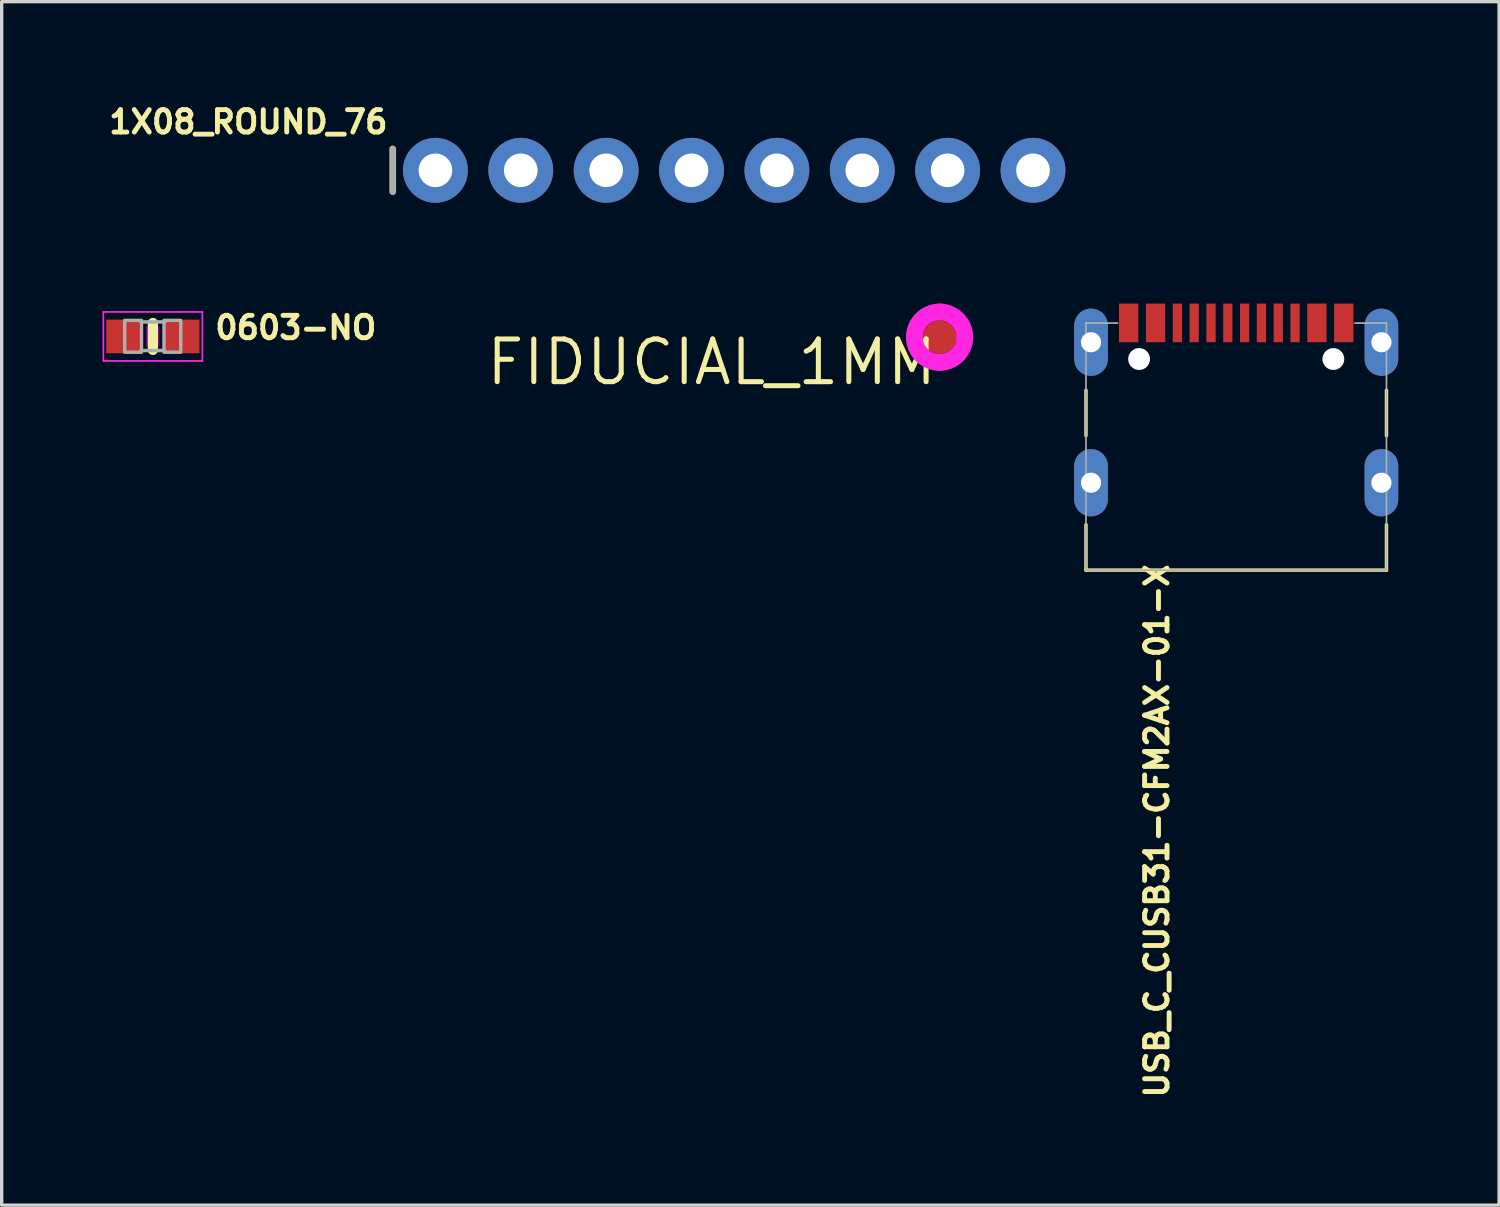
<source format=kicad_pcb>
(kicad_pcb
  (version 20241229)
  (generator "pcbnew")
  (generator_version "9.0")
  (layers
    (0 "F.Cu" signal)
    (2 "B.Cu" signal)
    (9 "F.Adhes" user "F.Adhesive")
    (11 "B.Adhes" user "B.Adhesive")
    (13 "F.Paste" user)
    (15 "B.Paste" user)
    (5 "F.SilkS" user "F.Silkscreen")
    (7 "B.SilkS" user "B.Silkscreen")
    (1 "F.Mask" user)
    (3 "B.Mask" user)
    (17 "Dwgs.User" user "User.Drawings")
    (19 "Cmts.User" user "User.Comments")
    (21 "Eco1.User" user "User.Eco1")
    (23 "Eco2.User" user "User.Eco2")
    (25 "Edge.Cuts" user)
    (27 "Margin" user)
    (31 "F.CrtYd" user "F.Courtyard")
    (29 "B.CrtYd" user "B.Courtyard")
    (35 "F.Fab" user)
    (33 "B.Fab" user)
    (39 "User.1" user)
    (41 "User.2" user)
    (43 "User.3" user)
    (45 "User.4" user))
  (footprint "USB_C_CUSB31-CFM2AX-01-X"
    (layer "F.Cu")
    (at 33.73 13.912)
    (property "Reference" "USB_C_CUSB31-CFM2AX-01-X" (at -2.75 -0.25 90) (layer "F.SilkS") (effects (font (size 0.666 0.666) (thickness 0.146)) (justify right top)))
    (fp_line (start -4.47 -4) (end -4.47 -5.35) (stroke (width 0.102) (type solid)) (layer "F.SilkS"))
    (fp_line (start -4.47 0) (end -4.47 -1.35) (stroke (width 0.102) (type solid)) (layer "F.SilkS"))
    (fp_line (start 4.47 -5.35) (end 4.47 -4) (stroke (width 0.102) (type solid)) (layer "F.SilkS"))
    (fp_line (start 4.47 -1.35) (end 4.47 0) (stroke (width 0.102) (type solid)) (layer "F.SilkS"))
    (fp_line (start 4.47 0) (end -4.47 0) (stroke (width 0.102) (type solid)) (layer "F.SilkS"))
    (fp_poly (pts (xy -4.169 -7.749) (xy -4.034 -7.68) (xy -3.928 -7.573) (xy -3.835 -7.29) (xy -3.835 -6.274) (xy -3.859 -6.125) (xy -3.928 -5.99) (xy -4.034 -5.883) (xy -4.318 -5.791) (xy -4.449 -5.809) (xy -4.572 -5.859) (xy -4.677 -5.94) (xy -4.758 -6.045) (xy -4.826 -6.299) (xy -4.826 -7.264) (xy -4.809 -7.396) (xy -4.758 -7.518) (xy -4.677 -7.624) (xy -4.572 -7.704) (xy -4.318 -7.772)) (stroke (width 0) (type default)) (fill yes) (layer "F.Paste"))
    (fp_poly (pts (xy -4.156 -3.57) (xy -4.022 -3.502) (xy -3.915 -3.395) (xy -3.823 -3.111) (xy -3.823 -2.095) (xy -3.846 -1.946) (xy -3.915 -1.812) (xy -4.022 -1.705) (xy -4.305 -1.613) (xy -4.437 -1.63) (xy -4.559 -1.681) (xy -4.665 -1.762) (xy -4.745 -1.867) (xy -4.813 -2.121) (xy -4.813 -3.086) (xy -4.796 -3.218) (xy -4.745 -3.34) (xy -4.665 -3.445) (xy -4.559 -3.526) (xy -4.305 -3.594)) (stroke (width 0) (type default)) (fill yes) (layer "F.Paste"))
    (fp_poly (pts (xy 4.48 -7.761) (xy 4.614 -7.693) (xy 4.721 -7.586) (xy 4.813 -7.303) (xy 4.813 -6.287) (xy 4.79 -6.137) (xy 4.721 -6.003) (xy 4.614 -5.896) (xy 4.331 -5.804) (xy 4.199 -5.821) (xy 4.077 -5.872) (xy 3.971 -5.953) (xy 3.891 -6.058) (xy 3.823 -6.312) (xy 3.823 -7.277) (xy 3.84 -7.409) (xy 3.891 -7.531) (xy 3.971 -7.636) (xy 4.077 -7.717) (xy 4.331 -7.785)) (stroke (width 0) (type default)) (fill yes) (layer "F.Paste"))
    (fp_poly (pts (xy 4.48 -3.57) (xy 4.614 -3.502) (xy 4.721 -3.395) (xy 4.813 -3.111) (xy 4.813 -2.095) (xy 4.79 -1.946) (xy 4.721 -1.812) (xy 4.614 -1.705) (xy 4.331 -1.613) (xy 4.199 -1.63) (xy 4.077 -1.681) (xy 3.971 -1.762) (xy 3.891 -1.867) (xy 3.823 -2.121) (xy 3.823 -3.086) (xy 3.84 -3.218) (xy 3.891 -3.34) (xy 3.971 -3.445) (xy 4.077 -3.526) (xy 4.331 -3.594)) (stroke (width 0) (type default)) (fill yes) (layer "F.Paste"))
    (fp_line (start -4.47 -7.35) (end -3.53 -7.35) (stroke (width 0.05) (type solid)) (layer "F.Fab"))
    (fp_line (start -4.47 0) (end -4.47 -7.35) (stroke (width 0.05) (type solid)) (layer "F.Fab"))
    (fp_line (start 3.53 -7.35) (end 4.47 -7.35) (stroke (width 0.05) (type solid)) (layer "F.Fab"))
    (fp_line (start 4.47 -7.35) (end 4.47 0) (stroke (width 0.05) (type solid)) (layer "F.Fab"))
    (fp_line (start 4.47 0) (end -4.47 0) (stroke (width 0.05) (type solid)) (layer "F.Fab"))
    (pad "" np_thru_hole circle (at -2.89 -6.28) (size 0.65 0.65) (drill 0.65) (layers "*.Cu" "*.Mask"))
    (pad "" np_thru_hole circle (at 2.89 -6.28) (size 0.65 0.65) (drill 0.65) (layers "*.Cu" "*.Mask"))
    (pad "A1B12" smd rect (at -3.2 -7.355) (size 0.575 1.15) (layers "F.Cu" "F.Mask" "F.Paste"))
    (pad "A4B9" smd rect (at -2.4 -7.355) (size 0.575 1.15) (layers "F.Cu" "F.Mask" "F.Paste"))
    (pad "A5" smd rect (at -1.25 -7.355) (size 0.275 1.15) (layers "F.Cu" "F.Mask" "F.Paste"))
    (pad "A6" smd rect (at -0.25 -7.355) (size 0.275 1.15) (layers "F.Cu" "F.Mask" "F.Paste"))
    (pad "A7" smd rect (at 0.25 -7.355) (size 0.275 1.15) (layers "F.Cu" "F.Mask" "F.Paste"))
    (pad "A8" smd rect (at 1.25 -7.355) (size 0.275 1.15) (layers "F.Cu" "F.Mask" "F.Paste"))
    (pad "B1A12" smd rect (at 3.2 -7.355) (size 0.575 1.15) (layers "F.Cu" "F.Mask" "F.Paste"))
    (pad "B4A9" smd rect (at 2.4 -7.355) (size 0.575 1.15) (layers "F.Cu" "F.Mask" "F.Paste"))
    (pad "B5" smd rect (at 1.75 -7.355) (size 0.275 1.15) (layers "F.Cu" "F.Mask" "F.Paste"))
    (pad "B6" smd rect (at 0.75 -7.355) (size 0.275 1.15) (layers "F.Cu" "F.Mask" "F.Paste"))
    (pad "B7" smd rect (at -0.75 -7.355) (size 0.275 1.15) (layers "F.Cu" "F.Mask" "F.Paste"))
    (pad "B8" smd rect (at -1.75 -7.355) (size 0.275 1.15) (layers "F.Cu" "F.Mask" "F.Paste"))
    (pad "M1" thru_hole oval (at -4.32 -6.78 90) (size 2 1) (drill 0.6) (layers "*.Cu" "*.Mask"))
    (pad "M2" thru_hole oval (at 4.32 -6.78 90) (size 2 1) (drill 0.6) (layers "*.Cu" "*.Mask"))
    (pad "M3" thru_hole oval (at -4.32 -2.6 90) (size 2 1) (drill 0.6) (layers "*.Cu" "*.Mask"))
    (pad "M4" thru_hole oval (at 4.32 -2.6 90) (size 2 1) (drill 0.6) (layers "*.Cu" "*.Mask")))
  (footprint "0603-NO"
    (layer "F.Cu")
    (at 1.498 6.96)
    (property "Reference" "0603-NO" (at 1.778 0.127 0) (layer "F.SilkS") (effects (font (size 0.666 0.666) (thickness 0.146)) (justify left bottom)))
    (fp_line (start 0 -0.4) (end 0 0.4) (stroke (width 0.305) (type solid)) (layer "F.SilkS"))
    (fp_poly (pts (xy -0.2 0.3) (xy 0.2 0.3) (xy 0.2 -0.3) (xy -0.2 -0.3)) (stroke (width 0) (type default)) (fill yes) (layer "F.Adhes"))
    (fp_line (start -1.473 -0.729) (end 1.473 -0.729) (stroke (width 0.051) (type solid)) (layer "F.CrtYd"))
    (fp_line (start -1.473 0.729) (end -1.473 -0.729) (stroke (width 0.051) (type solid)) (layer "F.CrtYd"))
    (fp_line (start 1.473 -0.729) (end 1.473 0.729) (stroke (width 0.051) (type solid)) (layer "F.CrtYd"))
    (fp_line (start 1.473 0.729) (end -1.473 0.729) (stroke (width 0.051) (type solid)) (layer "F.CrtYd"))
    (fp_line (start -0.356 -0.432) (end 0.356 -0.432) (stroke (width 0.102) (type solid)) (layer "F.Fab"))
    (fp_line (start -0.356 0.419) (end 0.356 0.419) (stroke (width 0.102) (type solid)) (layer "F.Fab"))
    (fp_poly (pts (xy -0.838 0.47) (xy -0.338 0.47) (xy -0.338 -0.48) (xy -0.838 -0.48)) (stroke (width 0.1) (type default)) (fill no) (layer "F.Fab"))
    (fp_poly (pts (xy 0.33 0.47) (xy 0.83 0.47) (xy 0.83 -0.48) (xy 0.33 -0.48)) (stroke (width 0.1) (type default)) (fill no) (layer "F.Fab"))
    (pad "1" smd rect (at -0.85 0) (size 1.075 1) (layers "F.Cu" "F.Mask" "F.Paste"))
    (pad "2" smd rect (at 0.85 0) (size 1.075 1) (layers "F.Cu" "F.Mask" "F.Paste")))
  (footprint "FIDUCIAL_1MM"
    (layer "F.Cu")
    (at 24.904 6.982)
    (property "Reference" "FIDUCIAL_1MM" (at 0 0 0) (layer "F.SilkS") (effects (font (size 1.27 1.27) (thickness 0.15)) (justify right top)))
    (fp_arc (start -0.75 0) (mid -0.53033 -0.53033) (end 0 -0.75) (stroke (width 0.5) (type solid)) (layer "F.Mask"))
    (fp_arc (start 0 -0.75) (mid 0.53033 -0.53033) (end 0.75 0) (stroke (width 0.5) (type solid)) (layer "F.Mask"))
    (fp_arc (start 0 0.75) (mid -0.53033 0.53033) (end -0.75 0) (stroke (width 0.5) (type solid)) (layer "F.Mask"))
    (fp_arc (start 0.75 0) (mid 0.53033 0.53033) (end 0 0.75) (stroke (width 0.5) (type solid)) (layer "F.Mask"))
    (fp_arc (start -0.75 0) (mid -0.53033 -0.53033) (end 0 -0.75) (stroke (width 0.5) (type solid)) (layer "F.CrtYd"))
    (fp_arc (start 0 -0.75) (mid 0.53033 -0.53033) (end 0.75 0) (stroke (width 0.5) (type solid)) (layer "F.CrtYd"))
    (fp_arc (start 0 0.75) (mid -0.53033 0.53033) (end -0.75 0) (stroke (width 0.5) (type solid)) (layer "F.CrtYd"))
    (fp_arc (start 0.75 0) (mid 0.53033 0.53033) (end 0 0.75) (stroke (width 0.5) (type solid)) (layer "F.CrtYd"))
    (pad "1" smd roundrect (at 0 0) (size 1 1) (layers "F.Cu" "F.Mask") (roundrect_rratio 0.5)))
  (footprint "1X08_ROUND_76"
    (layer "F.Cu")
    (at 18.794 2.017)
    (property "Reference" "1X08_ROUND_76" (at -10.236 -1.829 0) (layer "F.SilkS") (effects (font (size 0.666 0.666) (thickness 0.146)) (justify right top)))
    (fp_line (start -10.16 -0.635) (end -10.16 0.635) (stroke (width 0.203) (type solid)) (layer "F.Fab"))
    (fp_poly (pts (xy -9.144 0.254) (xy -8.636 0.254) (xy -8.636 -0.254) (xy -9.144 -0.254)) (stroke (width 0.1) (type default)) (fill no) (layer "F.Fab"))
    (fp_poly (pts (xy -6.604 0.254) (xy -6.096 0.254) (xy -6.096 -0.254) (xy -6.604 -0.254)) (stroke (width 0.1) (type default)) (fill no) (layer "F.Fab"))
    (fp_poly (pts (xy -4.064 0.254) (xy -3.556 0.254) (xy -3.556 -0.254) (xy -4.064 -0.254)) (stroke (width 0.1) (type default)) (fill no) (layer "F.Fab"))
    (fp_poly (pts (xy -1.524 0.254) (xy -1.016 0.254) (xy -1.016 -0.254) (xy -1.524 -0.254)) (stroke (width 0.1) (type default)) (fill no) (layer "F.Fab"))
    (fp_poly (pts (xy 1.016 0.254) (xy 1.524 0.254) (xy 1.524 -0.254) (xy 1.016 -0.254)) (stroke (width 0.1) (type default)) (fill no) (layer "F.Fab"))
    (fp_poly (pts (xy 3.556 0.254) (xy 4.064 0.254) (xy 4.064 -0.254) (xy 3.556 -0.254)) (stroke (width 0.1) (type default)) (fill no) (layer "F.Fab"))
    (fp_poly (pts (xy 6.096 0.254) (xy 6.604 0.254) (xy 6.604 -0.254) (xy 6.096 -0.254)) (stroke (width 0.1) (type default)) (fill no) (layer "F.Fab"))
    (fp_poly (pts (xy 8.636 0.254) (xy 9.144 0.254) (xy 9.144 -0.254) (xy 8.636 -0.254)) (stroke (width 0.1) (type default)) (fill no) (layer "F.Fab"))
    (pad "1" thru_hole circle (at -8.89 0 90) (size 1.93 1.93) (drill 1) (layers "*.Cu" "*.Mask"))
    (pad "2" thru_hole circle (at -6.35 0 90) (size 1.93 1.93) (drill 1) (layers "*.Cu" "*.Mask"))
    (pad "3" thru_hole circle (at -3.81 0 90) (size 1.93 1.93) (drill 1) (layers "*.Cu" "*.Mask"))
    (pad "4" thru_hole circle (at -1.27 0 90) (size 1.93 1.93) (drill 1) (layers "*.Cu" "*.Mask"))
    (pad "5" thru_hole circle (at 1.27 0 90) (size 1.93 1.93) (drill 1) (layers "*.Cu" "*.Mask"))
    (pad "6" thru_hole circle (at 3.81 0 90) (size 1.93 1.93) (drill 1) (layers "*.Cu" "*.Mask"))
    (pad "7" thru_hole circle (at 6.35 0 90) (size 1.93 1.93) (drill 1) (layers "*.Cu" "*.Mask"))
    (pad "8" thru_hole circle (at 8.89 0 90) (size 1.93 1.93) (drill 1) (layers "*.Cu" "*.Mask")))
  (gr_rect
    (start -3 -3)
    (end 41.55 32.805)
    (stroke (width 0.1) (type default))
    (fill no)
    (layer "Edge.Cuts")))
</source>
